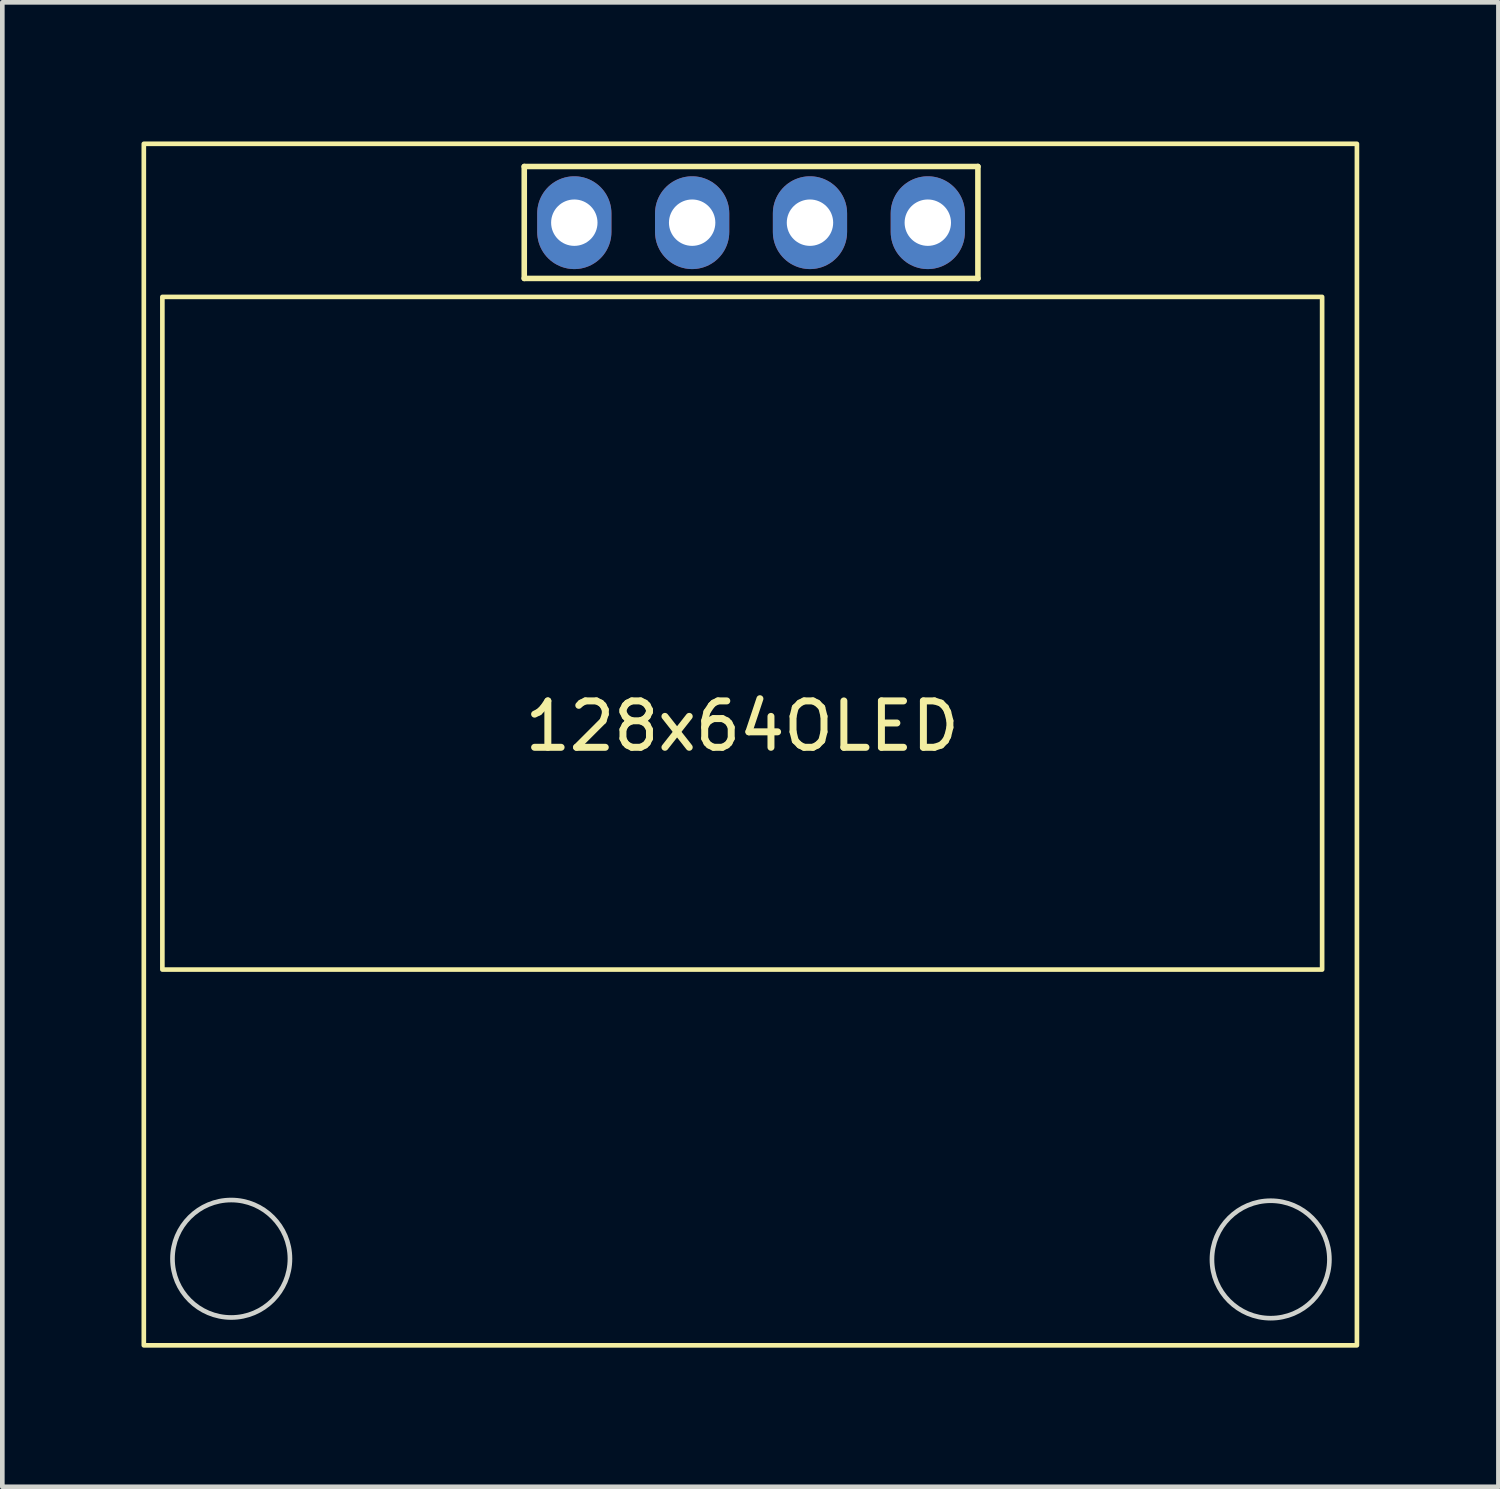
<source format=kicad_pcb>
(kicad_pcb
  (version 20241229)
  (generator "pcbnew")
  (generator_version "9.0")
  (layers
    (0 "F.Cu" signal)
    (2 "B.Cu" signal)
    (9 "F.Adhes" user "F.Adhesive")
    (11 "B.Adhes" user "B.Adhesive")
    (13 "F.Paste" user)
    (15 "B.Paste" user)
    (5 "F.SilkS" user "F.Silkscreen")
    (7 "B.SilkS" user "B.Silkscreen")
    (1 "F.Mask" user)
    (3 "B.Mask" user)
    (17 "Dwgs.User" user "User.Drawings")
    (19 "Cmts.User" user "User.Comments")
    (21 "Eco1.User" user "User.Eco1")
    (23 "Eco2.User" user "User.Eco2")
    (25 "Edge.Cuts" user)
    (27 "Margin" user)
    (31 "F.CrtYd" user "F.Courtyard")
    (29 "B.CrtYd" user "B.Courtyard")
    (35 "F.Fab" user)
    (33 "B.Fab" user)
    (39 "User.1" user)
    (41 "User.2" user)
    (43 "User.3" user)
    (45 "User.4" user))
  (footprint "128x64OLED"
    (layer "F.Cu")
    (at 12.95 12.35)
    (property "Reference" "128x64OLED" (at 0 0.254 0) (layer "F.SilkS") (effects (font (size 1 1) (thickness 0.15))))
    (attr through_hole)
    (fp_line (start -4.699 -11.811) (end -4.699 -9.398) (stroke (width 0.12) (type solid)) (layer "F.SilkS"))
    (fp_line (start -4.699 -11.811) (end 5.08 -11.811) (stroke (width 0.12) (type solid)) (layer "F.SilkS"))
    (fp_line (start 5.08 -11.811) (end 5.08 -9.398) (stroke (width 0.12) (type solid)) (layer "F.SilkS"))
    (fp_line (start 5.08 -9.398) (end -4.699 -9.398) (stroke (width 0.12) (type solid)) (layer "F.SilkS"))
    (fp_rect (start -12.9 -12.3) (end 13.25 13.6) (stroke (width 0.1) (type default)) (fill no) (layer "F.SilkS"))
    (fp_rect (start -12.5 -9) (end 12.5 5.5) (stroke (width 0.1) (type default)) (fill no) (layer "F.SilkS"))
    (fp_circle (center -11.016 11.734) (end -9.75 11.734) (stroke (width 0.1) (type default)) (fill no) (layer "Edge.Cuts"))
    (fp_circle (center 11.391 11.749) (end 12.657 11.749) (stroke (width 0.1) (type default)) (fill no) (layer "Edge.Cuts"))
    (pad "1" thru_hole oval (at -3.62 -10.6 90) (size 2 1.6) (drill 1) (layers "*.Cu" "*.Mask"))
    (pad "2" thru_hole oval (at -1.08 -10.6 90) (size 2 1.6) (drill 1) (layers "*.Cu" "*.Mask"))
    (pad "3" thru_hole oval (at 1.46 -10.6 90) (size 2 1.6) (drill 1) (layers "*.Cu" "*.Mask"))
    (pad "4" thru_hole oval (at 4 -10.6 90) (size 2 1.6) (drill 1) (layers "*.Cu" "*.Mask")))
  (gr_rect
    (start -3 -3)
    (end 29.25 29)
    (stroke (width 0.1) (type default))
    (fill no)
    (layer "Edge.Cuts")))
</source>
